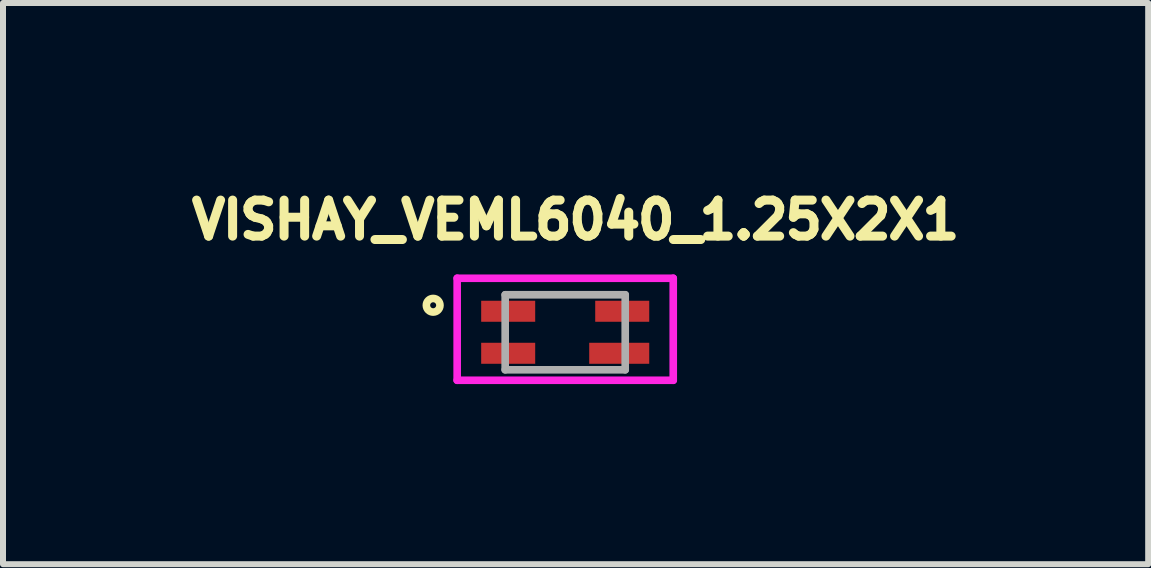
<source format=kicad_pcb>
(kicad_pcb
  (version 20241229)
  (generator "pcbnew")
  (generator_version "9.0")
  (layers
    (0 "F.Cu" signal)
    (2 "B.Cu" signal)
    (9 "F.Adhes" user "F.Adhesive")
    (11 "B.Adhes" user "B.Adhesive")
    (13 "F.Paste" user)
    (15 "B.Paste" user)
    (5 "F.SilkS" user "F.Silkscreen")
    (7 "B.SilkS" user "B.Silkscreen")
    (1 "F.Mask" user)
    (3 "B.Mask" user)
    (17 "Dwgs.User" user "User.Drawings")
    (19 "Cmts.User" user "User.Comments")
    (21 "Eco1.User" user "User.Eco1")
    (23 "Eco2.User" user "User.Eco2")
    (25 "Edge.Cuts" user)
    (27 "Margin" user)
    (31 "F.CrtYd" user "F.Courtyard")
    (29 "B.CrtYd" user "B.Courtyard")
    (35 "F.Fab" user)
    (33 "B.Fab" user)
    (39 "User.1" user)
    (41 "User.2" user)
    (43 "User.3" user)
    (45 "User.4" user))
  (footprint "VISHAY_VEML6040_1.25X2X1"
    (layer "F.Cu")
    (at 6.367 2.486)
    (property "Reference" "VISHAY_VEML6040_1.25X2X1" (at 0.173 -1.872 0) (layer "F.SilkS") (effects (font (size 0.6 0.6) (thickness 0.15))))
    (attr smd)
    (fp_circle (center -2.2 -0.45) (end -2.15 -0.45) (stroke (width 0.127) (type solid)) (fill no) (layer "F.SilkS"))
    (fp_line (start -1.8 -0.9) (end 1.8 -0.9) (stroke (width 0.127) (type solid)) (layer "F.CrtYd"))
    (fp_line (start -1.8 0.8) (end -1.8 -0.9) (stroke (width 0.127) (type solid)) (layer "F.CrtYd"))
    (fp_line (start 1.8 -0.9) (end 1.8 0.8) (stroke (width 0.127) (type solid)) (layer "F.CrtYd"))
    (fp_line (start 1.8 0.8) (end -1.8 0.8) (stroke (width 0.127) (type solid)) (layer "F.CrtYd"))
    (fp_line (start -1 -0.625) (end 1 -0.625) (stroke (width 0.127) (type solid)) (layer "F.Fab"))
    (fp_line (start -1 0.625) (end -1 -0.625) (stroke (width 0.127) (type solid)) (layer "F.Fab"))
    (fp_line (start 1 -0.625) (end 1 0.625) (stroke (width 0.127) (type solid)) (layer "F.Fab"))
    (fp_line (start 1 0.625) (end -1 0.625) (stroke (width 0.127) (type solid)) (layer "F.Fab"))
    (pad "1" smd rect (at -0.95 -0.35) (size 0.9 0.35) (layers "F.Cu" "F.Mask" "F.Paste"))
    (pad "2" smd rect (at -0.95 0.35) (size 0.9 0.35) (layers "F.Cu" "F.Mask" "F.Paste"))
    (pad "3" smd rect (at 0.9 0.35) (size 1 0.35) (layers "F.Cu" "F.Mask" "F.Paste"))
    (pad "4" smd rect (at 0.95 -0.35) (size 0.9 0.35) (layers "F.Cu" "F.Mask" "F.Paste")))
  (gr_rect
    (start -3 -3)
    (end 16.08 6.35)
    (stroke (width 0.1) (type default))
    (fill no)
    (layer "Edge.Cuts")))
</source>
